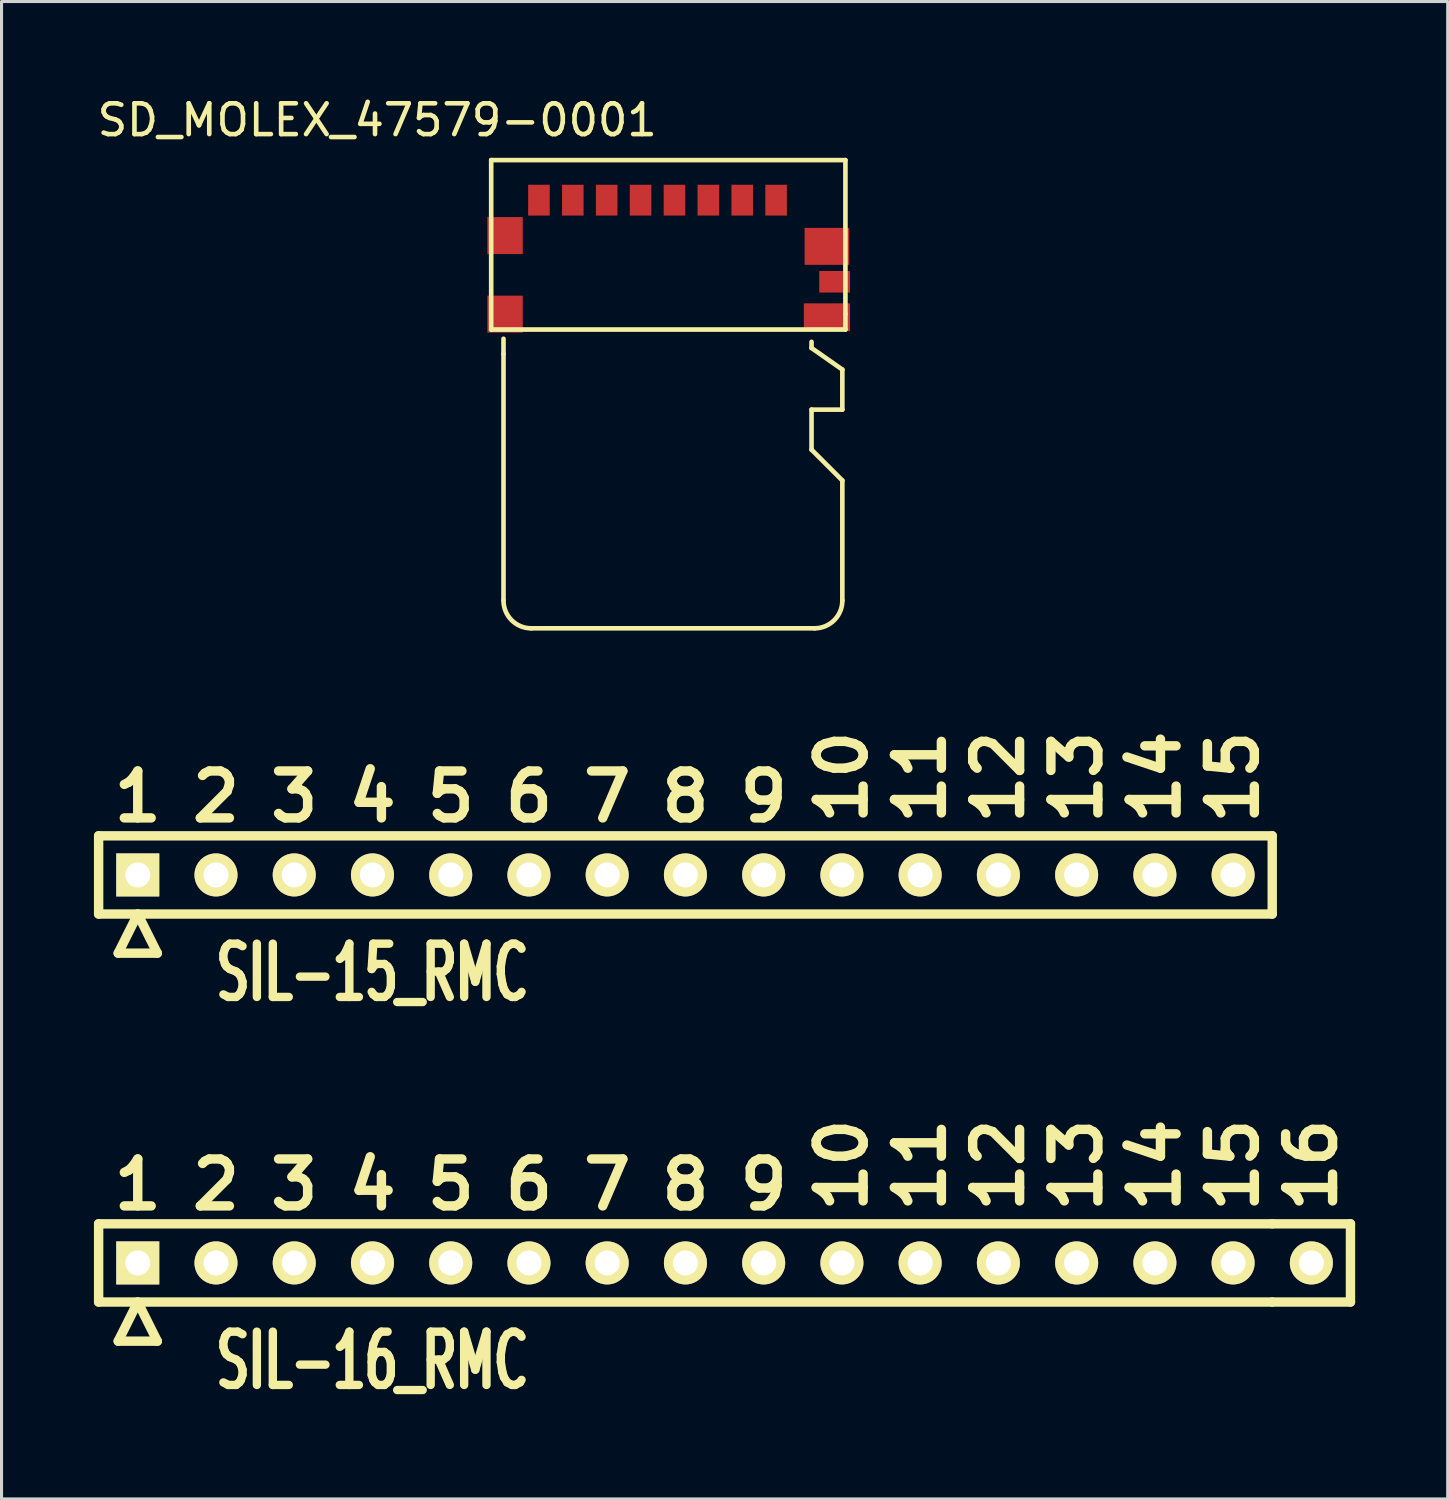
<source format=kicad_pcb>
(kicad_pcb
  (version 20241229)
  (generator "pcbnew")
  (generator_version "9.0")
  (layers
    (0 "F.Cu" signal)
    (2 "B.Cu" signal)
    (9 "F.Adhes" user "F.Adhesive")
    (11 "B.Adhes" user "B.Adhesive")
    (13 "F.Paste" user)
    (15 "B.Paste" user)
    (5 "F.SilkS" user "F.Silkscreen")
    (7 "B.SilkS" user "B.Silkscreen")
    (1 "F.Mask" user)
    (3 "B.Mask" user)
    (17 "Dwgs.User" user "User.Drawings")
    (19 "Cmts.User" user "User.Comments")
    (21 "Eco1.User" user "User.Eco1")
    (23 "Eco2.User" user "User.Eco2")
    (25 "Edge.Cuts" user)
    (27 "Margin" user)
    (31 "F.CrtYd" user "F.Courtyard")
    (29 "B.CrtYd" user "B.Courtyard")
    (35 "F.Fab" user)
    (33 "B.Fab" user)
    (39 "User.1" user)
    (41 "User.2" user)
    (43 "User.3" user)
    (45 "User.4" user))
  (footprint "SIL-16_RMC"
    (layer "F.Cu")
    (at 19.202 37.95)
    (property "Reference" "SIL-16_RMC" (at -10.16 3.175 0) (layer "F.SilkS") (effects (font (size 1.73 1.087) (thickness 0.272))))
    (attr through_hole)
    (fp_line (start -19.05 -1.27) (end 19.05 -1.27) (stroke (width 0.305) (type solid)) (layer "F.SilkS"))
    (fp_line (start -19.05 1.27) (end -19.05 -1.27) (stroke (width 0.305) (type solid)) (layer "F.SilkS"))
    (fp_line (start -18.415 2.54) (end -17.145 2.54) (stroke (width 0.305) (type solid)) (layer "F.SilkS"))
    (fp_line (start -17.78 1.27) (end -18.415 2.54) (stroke (width 0.305) (type solid)) (layer "F.SilkS"))
    (fp_line (start -17.145 2.54) (end -17.78 1.27) (stroke (width 0.305) (type solid)) (layer "F.SilkS"))
    (fp_line (start 19.05 -1.27) (end 21.59 -1.27) (stroke (width 0.305) (type solid)) (layer "F.SilkS"))
    (fp_line (start 19.05 1.27) (end -19.05 1.27) (stroke (width 0.305) (type solid)) (layer "F.SilkS"))
    (fp_line (start 19.05 1.27) (end 21.59 1.27) (stroke (width 0.305) (type solid)) (layer "F.SilkS"))
    (fp_line (start 21.59 -1.27) (end 21.59 1.27) (stroke (width 0.305) (type solid)) (layer "F.SilkS"))
    (fp_text user "12" (at 10.16 -3.175 90) (layer "F.SilkS") (effects (font (size 1.524 1.524) (thickness 0.305))))
    (fp_text user "6" (at -5.08 -2.54 0) (layer "F.SilkS") (effects (font (size 1.524 1.524) (thickness 0.305))))
    (fp_text user "10" (at 5.08 -3.175 90) (layer "F.SilkS") (effects (font (size 1.524 1.524) (thickness 0.305))))
    (fp_text user "3" (at -12.7 -2.54 0) (layer "F.SilkS") (effects (font (size 1.524 1.524) (thickness 0.305))))
    (fp_text user "1" (at -17.78 -2.54 0) (layer "F.SilkS") (effects (font (size 1.524 1.524) (thickness 0.305))))
    (fp_text user "16" (at 20.32 -3.175 90) (layer "F.SilkS") (effects (font (size 1.524 1.524) (thickness 0.305))))
    (fp_text user "13" (at 12.7 -3.175 90) (layer "F.SilkS") (effects (font (size 1.524 1.524) (thickness 0.305))))
    (fp_text user "4" (at -10.16 -2.54 0) (layer "F.SilkS") (effects (font (size 1.524 1.524) (thickness 0.305))))
    (fp_text user "15" (at 17.78 -3.175 90) (layer "F.SilkS") (effects (font (size 1.524 1.524) (thickness 0.305))))
    (fp_text user "8" (at 0 -2.54 0) (layer "F.SilkS") (effects (font (size 1.524 1.524) (thickness 0.305))))
    (fp_text user "5" (at -7.62 -2.54 0) (layer "F.SilkS") (effects (font (size 1.524 1.524) (thickness 0.305))))
    (fp_text user "9" (at 2.54 -2.54 0) (layer "F.SilkS") (effects (font (size 1.524 1.524) (thickness 0.305))))
    (fp_text user "14" (at 15.24 -3.175 90) (layer "F.SilkS") (effects (font (size 1.524 1.524) (thickness 0.305))))
    (fp_text user "2" (at -15.24 -2.54 0) (layer "F.SilkS") (effects (font (size 1.524 1.524) (thickness 0.305))))
    (fp_text user "7" (at -2.54 -2.54 0) (layer "F.SilkS") (effects (font (size 1.524 1.524) (thickness 0.305))))
    (fp_text user "11" (at 7.62 -3.175 90) (layer "F.SilkS") (effects (font (size 1.524 1.524) (thickness 0.305))))
    (pad "1" thru_hole rect (at -17.78 0) (size 1.397 1.397) (drill 0.813) (layers "*.Cu" "*.Mask" "F.SilkS"))
    (pad "2" thru_hole circle (at -15.24 0) (size 1.397 1.397) (drill 0.813) (layers "*.Cu" "*.Mask" "F.SilkS"))
    (pad "3" thru_hole circle (at -12.7 0) (size 1.397 1.397) (drill 0.813) (layers "*.Cu" "*.Mask" "F.SilkS"))
    (pad "4" thru_hole circle (at -10.16 0) (size 1.397 1.397) (drill 0.813) (layers "*.Cu" "*.Mask" "F.SilkS"))
    (pad "5" thru_hole circle (at -7.62 0) (size 1.397 1.397) (drill 0.813) (layers "*.Cu" "*.Mask" "F.SilkS"))
    (pad "6" thru_hole circle (at -5.08 0) (size 1.397 1.397) (drill 0.813) (layers "*.Cu" "*.Mask" "F.SilkS"))
    (pad "7" thru_hole circle (at -2.54 0) (size 1.397 1.397) (drill 0.813) (layers "*.Cu" "*.Mask" "F.SilkS"))
    (pad "8" thru_hole circle (at 0 0) (size 1.397 1.397) (drill 0.813) (layers "*.Cu" "*.Mask" "F.SilkS"))
    (pad "9" thru_hole circle (at 2.54 0) (size 1.397 1.397) (drill 0.813) (layers "*.Cu" "*.Mask" "F.SilkS"))
    (pad "10" thru_hole circle (at 5.08 0) (size 1.397 1.397) (drill 0.813) (layers "*.Cu" "*.Mask" "F.SilkS"))
    (pad "11" thru_hole circle (at 7.62 0) (size 1.397 1.397) (drill 0.813) (layers "*.Cu" "*.Mask" "F.SilkS"))
    (pad "12" thru_hole circle (at 10.16 0) (size 1.397 1.397) (drill 0.813) (layers "*.Cu" "*.Mask" "F.SilkS"))
    (pad "13" thru_hole circle (at 12.7 0) (size 1.397 1.397) (drill 0.813) (layers "*.Cu" "*.Mask" "F.SilkS"))
    (pad "14" thru_hole circle (at 15.24 0) (size 1.397 1.397) (drill 0.813) (layers "*.Cu" "*.Mask" "F.SilkS"))
    (pad "15" thru_hole circle (at 17.78 0) (size 1.397 1.397) (drill 0.813) (layers "*.Cu" "*.Mask" "F.SilkS"))
    (pad "16" thru_hole circle (at 20.32 0) (size 1.397 1.397) (drill 0.813) (layers "*.Cu" "*.Mask" "F.SilkS")))
  (footprint "SD_MOLEX_47579-0001"
    (layer "F.Cu")
    (at 18.296 3.448)
    (property "Reference" "SD_MOLEX_47579-0001" (at -9.1 -2.6 0) (layer "F.SilkS") (effects (font (size 1 1) (thickness 0.15))))
    (attr through_hole)
    (fp_line (start -5.4 -1.3) (end 6.1 -1.3) (stroke (width 0.15) (type solid)) (layer "F.SilkS"))
    (fp_line (start -5.4 4.2) (end -5.4 -1.3) (stroke (width 0.15) (type solid)) (layer "F.SilkS"))
    (fp_line (start -5 5) (end -5 4.5) (stroke (width 0.15) (type solid)) (layer "F.SilkS"))
    (fp_line (start -5 5) (end -5 13) (stroke (width 0.15) (type solid)) (layer "F.SilkS"))
    (fp_line (start -4.1 13.9) (end 5.1 13.9) (stroke (width 0.15) (type solid)) (layer "F.SilkS"))
    (fp_line (start 5 4.8) (end 5 4.6) (stroke (width 0.15) (type solid)) (layer "F.SilkS"))
    (fp_line (start 5 6.8) (end 5 8.1) (stroke (width 0.15) (type solid)) (layer "F.SilkS"))
    (fp_line (start 5 8.1) (end 6 9.1) (stroke (width 0.15) (type solid)) (layer "F.SilkS"))
    (fp_line (start 6 5.5) (end 5 4.8) (stroke (width 0.15) (type solid)) (layer "F.SilkS"))
    (fp_line (start 6 6.8) (end 5 6.8) (stroke (width 0.15) (type solid)) (layer "F.SilkS"))
    (fp_line (start 6 6.8) (end 6 5.5) (stroke (width 0.15) (type solid)) (layer "F.SilkS"))
    (fp_line (start 6 9.1) (end 6 13) (stroke (width 0.15) (type solid)) (layer "F.SilkS"))
    (fp_line (start 6.1 -1.3) (end 6.1 3.7) (stroke (width 0.15) (type solid)) (layer "F.SilkS"))
    (fp_line (start 6.1 3.7) (end 6.1 4.2) (stroke (width 0.15) (type solid)) (layer "F.SilkS"))
    (fp_line (start 6.1 4.2) (end -5.4 4.2) (stroke (width 0.15) (type solid)) (layer "F.SilkS"))
    (fp_arc (start -4.1 13.9) (mid -4.736396 13.636396) (end -5 13) (stroke (width 0.15) (type solid)) (layer "F.SilkS"))
    (fp_arc (start 6 13) (mid 5.736396 13.636396) (end 5.1 13.9) (stroke (width 0.15) (type solid)) (layer "F.SilkS"))
    (pad "1" smd rect (at 3.85 0) (size 0.7 1) (layers "F.Cu" "F.Mask" "F.Paste"))
    (pad "2" smd rect (at 2.75 0) (size 0.7 1) (layers "F.Cu" "F.Mask" "F.Paste"))
    (pad "3" smd rect (at 1.65 0) (size 0.7 1) (layers "F.Cu" "F.Mask" "F.Paste"))
    (pad "4" smd rect (at 0.55 0) (size 0.7 1) (layers "F.Cu" "F.Mask" "F.Paste"))
    (pad "5" smd rect (at -0.55 0) (size 0.7 1) (layers "F.Cu" "F.Mask" "F.Paste"))
    (pad "6" smd rect (at -1.65 0) (size 0.7 1) (layers "F.Cu" "F.Mask" "F.Paste"))
    (pad "7" smd rect (at -2.75 0) (size 0.7 1) (layers "F.Cu" "F.Mask" "F.Paste"))
    (pad "8" smd rect (at -3.85 0) (size 0.7 1) (layers "F.Cu" "F.Mask" "F.Paste"))
    (pad "9" smd rect (at -4.95 1.15) (size 1.15 1.2) (layers "F.Cu" "F.Mask" "F.Paste"))
    (pad "10" smd rect (at -4.95 3.7) (size 1.15 1.2) (layers "F.Cu" "F.Mask" "F.Paste"))
    (pad "11" smd rect (at 5.5 1.5) (size 1.45 1.2) (layers "F.Cu" "F.Mask" "F.Paste"))
    (pad "12" smd rect (at 5.75 2.65) (size 1 0.7) (layers "F.Cu" "F.Mask" "F.Paste"))
    (pad "13" smd rect (at 5.5 3.8) (size 1.5 0.9) (layers "F.Cu" "F.Mask" "F.Paste")))
  (footprint "SIL-15_RMC"
    (layer "F.Cu")
    (at 19.202 25.354)
    (property "Reference" "SIL-15_RMC" (at -10.16 3.175 0) (layer "F.SilkS") (effects (font (size 1.73 1.087) (thickness 0.272))))
    (attr through_hole)
    (fp_line (start -19.05 -1.27) (end 19.05 -1.27) (stroke (width 0.305) (type solid)) (layer "F.SilkS"))
    (fp_line (start -19.05 1.27) (end -19.05 -1.27) (stroke (width 0.305) (type solid)) (layer "F.SilkS"))
    (fp_line (start -18.415 2.54) (end -17.145 2.54) (stroke (width 0.305) (type solid)) (layer "F.SilkS"))
    (fp_line (start -17.78 1.27) (end -18.415 2.54) (stroke (width 0.305) (type solid)) (layer "F.SilkS"))
    (fp_line (start -17.145 2.54) (end -17.78 1.27) (stroke (width 0.305) (type solid)) (layer "F.SilkS"))
    (fp_line (start 19.05 -1.27) (end 19.05 1.27) (stroke (width 0.305) (type solid)) (layer "F.SilkS"))
    (fp_line (start 19.05 1.27) (end -19.05 1.27) (stroke (width 0.305) (type solid)) (layer "F.SilkS"))
    (fp_text user "15" (at 17.78 -3.175 90) (layer "F.SilkS") (effects (font (size 1.524 1.524) (thickness 0.305))))
    (fp_text user "5" (at -7.62 -2.54 0) (layer "F.SilkS") (effects (font (size 1.524 1.524) (thickness 0.305))))
    (fp_text user "6" (at -5.08 -2.54 0) (layer "F.SilkS") (effects (font (size 1.524 1.524) (thickness 0.305))))
    (fp_text user "8" (at 0 -2.54 0) (layer "F.SilkS") (effects (font (size 1.524 1.524) (thickness 0.305))))
    (fp_text user "11" (at 7.62 -3.175 90) (layer "F.SilkS") (effects (font (size 1.524 1.524) (thickness 0.305))))
    (fp_text user "4" (at -10.16 -2.54 0) (layer "F.SilkS") (effects (font (size 1.524 1.524) (thickness 0.305))))
    (fp_text user "9" (at 2.54 -2.54 0) (layer "F.SilkS") (effects (font (size 1.524 1.524) (thickness 0.305))))
    (fp_text user "12" (at 10.16 -3.175 90) (layer "F.SilkS") (effects (font (size 1.524 1.524) (thickness 0.305))))
    (fp_text user "7" (at -2.54 -2.54 0) (layer "F.SilkS") (effects (font (size 1.524 1.524) (thickness 0.305))))
    (fp_text user "10" (at 5.08 -3.175 90) (layer "F.SilkS") (effects (font (size 1.524 1.524) (thickness 0.305))))
    (fp_text user "3" (at -12.7 -2.54 0) (layer "F.SilkS") (effects (font (size 1.524 1.524) (thickness 0.305))))
    (fp_text user "14" (at 15.24 -3.175 90) (layer "F.SilkS") (effects (font (size 1.524 1.524) (thickness 0.305))))
    (fp_text user "2" (at -15.24 -2.54 0) (layer "F.SilkS") (effects (font (size 1.524 1.524) (thickness 0.305))))
    (fp_text user "1" (at -17.78 -2.54 0) (layer "F.SilkS") (effects (font (size 1.524 1.524) (thickness 0.305))))
    (fp_text user "13" (at 12.7 -3.175 90) (layer "F.SilkS") (effects (font (size 1.524 1.524) (thickness 0.305))))
    (pad "1" thru_hole rect (at -17.78 0) (size 1.397 1.397) (drill 0.813) (layers "*.Cu" "*.Mask" "F.SilkS"))
    (pad "2" thru_hole circle (at -15.24 0) (size 1.397 1.397) (drill 0.813) (layers "*.Cu" "*.Mask" "F.SilkS"))
    (pad "3" thru_hole circle (at -12.7 0) (size 1.397 1.397) (drill 0.813) (layers "*.Cu" "*.Mask" "F.SilkS"))
    (pad "4" thru_hole circle (at -10.16 0) (size 1.397 1.397) (drill 0.813) (layers "*.Cu" "*.Mask" "F.SilkS"))
    (pad "5" thru_hole circle (at -7.62 0) (size 1.397 1.397) (drill 0.813) (layers "*.Cu" "*.Mask" "F.SilkS"))
    (pad "6" thru_hole circle (at -5.08 0) (size 1.397 1.397) (drill 0.813) (layers "*.Cu" "*.Mask" "F.SilkS"))
    (pad "7" thru_hole circle (at -2.54 0) (size 1.397 1.397) (drill 0.813) (layers "*.Cu" "*.Mask" "F.SilkS"))
    (pad "8" thru_hole circle (at 0 0) (size 1.397 1.397) (drill 0.813) (layers "*.Cu" "*.Mask" "F.SilkS"))
    (pad "9" thru_hole circle (at 2.54 0) (size 1.397 1.397) (drill 0.813) (layers "*.Cu" "*.Mask" "F.SilkS"))
    (pad "10" thru_hole circle (at 5.08 0) (size 1.397 1.397) (drill 0.813) (layers "*.Cu" "*.Mask" "F.SilkS"))
    (pad "11" thru_hole circle (at 7.62 0) (size 1.397 1.397) (drill 0.813) (layers "*.Cu" "*.Mask" "F.SilkS"))
    (pad "12" thru_hole circle (at 10.16 0) (size 1.397 1.397) (drill 0.813) (layers "*.Cu" "*.Mask" "F.SilkS"))
    (pad "13" thru_hole circle (at 12.7 0) (size 1.397 1.397) (drill 0.813) (layers "*.Cu" "*.Mask" "F.SilkS"))
    (pad "14" thru_hole circle (at 15.24 0) (size 1.397 1.397) (drill 0.813) (layers "*.Cu" "*.Mask" "F.SilkS"))
    (pad "15" thru_hole circle (at 17.78 0) (size 1.397 1.397) (drill 0.813) (layers "*.Cu" "*.Mask" "F.SilkS")))
  (gr_rect
    (start -3 -3)
    (end 43.949 45.613)
    (stroke (width 0.1) (type default))
    (fill no)
    (layer "Edge.Cuts")))
</source>
